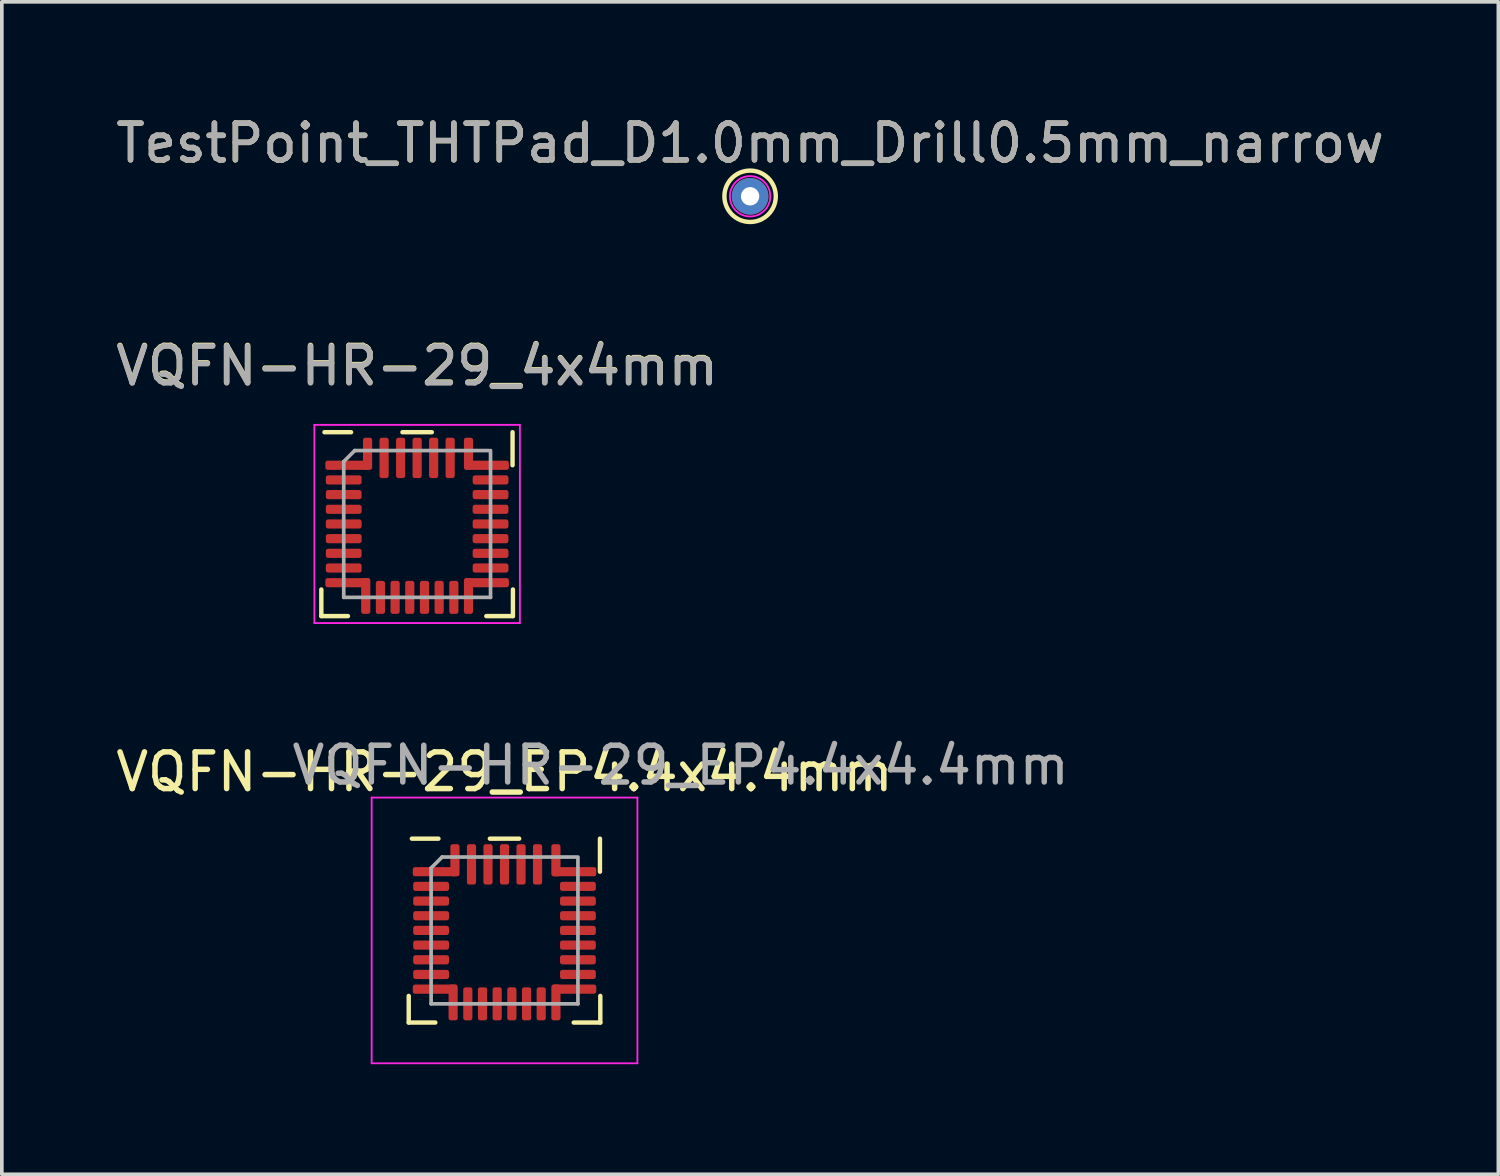
<source format=kicad_pcb>
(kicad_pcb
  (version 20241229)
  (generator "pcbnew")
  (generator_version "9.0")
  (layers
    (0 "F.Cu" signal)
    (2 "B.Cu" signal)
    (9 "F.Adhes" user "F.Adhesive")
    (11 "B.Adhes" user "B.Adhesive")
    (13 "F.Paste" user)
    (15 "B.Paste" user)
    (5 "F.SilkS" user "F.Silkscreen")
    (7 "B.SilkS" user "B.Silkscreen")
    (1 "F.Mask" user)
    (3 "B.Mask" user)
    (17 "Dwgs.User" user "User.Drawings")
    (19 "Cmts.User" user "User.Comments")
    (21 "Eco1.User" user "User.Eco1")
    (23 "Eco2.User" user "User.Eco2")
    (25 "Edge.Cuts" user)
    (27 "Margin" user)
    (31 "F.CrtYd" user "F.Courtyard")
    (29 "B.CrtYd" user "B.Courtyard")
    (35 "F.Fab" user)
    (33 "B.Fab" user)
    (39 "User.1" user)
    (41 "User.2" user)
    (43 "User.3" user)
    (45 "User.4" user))
  (footprint "TestPoint_THTPad_D1.0mm_Drill0.5mm_narrow"
    (layer "F.Cu")
    (at 17.387 2.298)
    (property "Reference" "TestPoint_THTPad_D1.0mm_Drill0.5mm_narrow" (at 0 -1.448 0) (layer "F.SilkS") (effects (font (size 1 1) (thickness 0.15))))
    (attr exclude_from_pos_files exclude_from_bom)
    (fp_circle (center 0 0) (end 0 0.7) (stroke (width 0.12) (type solid)) (fill no) (layer "F.SilkS"))
    (fp_circle (center 0 0) (end 0.55 0) (stroke (width 0.05) (type solid)) (fill no) (layer "F.CrtYd"))
    (fp_text user "${REFERENCE}" (at 0 -1.45 0) (layer "F.Fab") (effects (font (size 1 1) (thickness 0.15))))
    (pad "1" thru_hole circle (at 0 0) (size 1 1) (drill 0.5) (layers "*.Cu" "*.Mask")))
  (footprint "VQFN-HR-29_4x4mm"
    (layer "F.Cu")
    (at 8.315 11.226)
    (property "Reference" "VQFN-HR-29_4x4mm" (at 0 -4.32 0) (layer "F.SilkS") (effects (font (size 1 1) (thickness 0.15))))
    (attr smd)
    (fp_line (start -2.61 2.51) (end -2.61 1.785) (stroke (width 0.12) (type solid)) (layer "F.SilkS"))
    (fp_line (start -1.885 2.51) (end -2.61 2.51) (stroke (width 0.12) (type solid)) (layer "F.SilkS"))
    (fp_line (start -1.8 -2.5) (end -2.525 -2.5) (stroke (width 0.12) (type solid)) (layer "F.SilkS"))
    (fp_line (start -0.4 -2.5) (end 0.4 -2.5) (stroke (width 0.12) (type solid)) (layer "F.SilkS"))
    (fp_line (start 1.885 2.51) (end 2.61 2.51) (stroke (width 0.12) (type solid)) (layer "F.SilkS"))
    (fp_line (start 2.6 -2.5) (end 2.6 -1.6) (stroke (width 0.12) (type solid)) (layer "F.SilkS"))
    (fp_line (start 2.61 2.51) (end 2.61 1.785) (stroke (width 0.12) (type solid)) (layer "F.SilkS"))
    (fp_line (start -2.8 -2.7) (end -2.8 2.7) (stroke (width 0.05) (type solid)) (layer "F.CrtYd"))
    (fp_line (start -2.8 2.7) (end 2.8 2.7) (stroke (width 0.05) (type solid)) (layer "F.CrtYd"))
    (fp_line (start 2.8 -2.7) (end -2.8 -2.7) (stroke (width 0.05) (type solid)) (layer "F.CrtYd"))
    (fp_line (start 2.8 2.7) (end 2.8 -2.7) (stroke (width 0.05) (type solid)) (layer "F.CrtYd"))
    (fp_line (start -2 -1.7) (end -1.7 -2) (stroke (width 0.1) (type solid)) (layer "F.Fab"))
    (fp_line (start -2 2) (end -2 -1.7) (stroke (width 0.1) (type solid)) (layer "F.Fab"))
    (fp_line (start -1.7 -2) (end 1.95 -2) (stroke (width 0.1) (type solid)) (layer "F.Fab"))
    (fp_line (start 2 -2) (end 2 2) (stroke (width 0.1) (type solid)) (layer "F.Fab"))
    (fp_line (start 2 2) (end -2 2) (stroke (width 0.1) (type solid)) (layer "F.Fab"))
    (fp_text user "${REFERENCE}" (at 0 -4.3 0) (layer "F.Fab") (effects (font (size 1 1) (thickness 0.15))))
    (pad "1" smd roundrect (at -1.9 -1.6) (size 1.2 0.25) (layers "F.Cu" "F.Mask" "F.Paste") (roundrect_rratio 0.25))
    (pad "1" smd roundrect (at -1.35 -1.85) (size 0.25 0.875) (drill (offset 0 -0.062)) (layers "F.Cu" "F.Mask" "F.Paste") (roundrect_rratio 0.25))
    (pad "2" smd roundrect (at -1.9 -1.2) (size 0.975 0.25) (drill (offset -0.1 0)) (layers "F.Cu" "F.Mask" "F.Paste") (roundrect_rratio 0.25))
    (pad "3" smd roundrect (at -1.9 -0.8) (size 0.975 0.25) (drill (offset -0.1 0)) (layers "F.Cu" "F.Mask" "F.Paste") (roundrect_rratio 0.25))
    (pad "4" smd roundrect (at -1.9 -0.4) (size 0.975 0.25) (drill (offset -0.1 0)) (layers "F.Cu" "F.Mask" "F.Paste") (roundrect_rratio 0.25))
    (pad "5" smd roundrect (at -1.9 0) (size 0.975 0.25) (drill (offset -0.1 0)) (layers "F.Cu" "F.Mask" "F.Paste") (roundrect_rratio 0.25))
    (pad "6" smd roundrect (at -1.9 0.4) (size 0.975 0.25) (drill (offset -0.1 0)) (layers "F.Cu" "F.Mask" "F.Paste") (roundrect_rratio 0.25))
    (pad "7" smd roundrect (at -1.9 0.8) (size 0.975 0.25) (drill (offset -0.1 0)) (layers "F.Cu" "F.Mask" "F.Paste") (roundrect_rratio 0.25))
    (pad "8" smd roundrect (at -1.9 1.2) (size 0.975 0.25) (drill (offset -0.1 0)) (layers "F.Cu" "F.Mask" "F.Paste") (roundrect_rratio 0.25))
    (pad "9" smd roundrect (at -1.9 1.6) (size 1.2 0.25) (layers "F.Cu" "F.Mask" "F.Paste") (roundrect_rratio 0.25))
    (pad "9" smd roundrect (at -1.4 1.9) (size 0.25 0.975) (drill (offset 0 0.062)) (layers "F.Cu" "F.Mask" "F.Paste") (roundrect_rratio 0.25))
    (pad "10" smd roundrect (at -1 1.9) (size 0.25 0.9) (drill (offset 0 0.1)) (layers "F.Cu" "F.Mask" "F.Paste") (roundrect_rratio 0.25))
    (pad "11" smd roundrect (at -0.6 1.9) (size 0.25 0.9) (drill (offset 0 0.1)) (layers "F.Cu" "F.Mask" "F.Paste") (roundrect_rratio 0.25))
    (pad "12" smd roundrect (at -0.2 1.9) (size 0.25 0.9) (drill (offset 0 0.1)) (layers "F.Cu" "F.Mask" "F.Paste") (roundrect_rratio 0.25))
    (pad "13" smd roundrect (at 0.2 1.9) (size 0.25 0.9) (drill (offset 0 0.1)) (layers "F.Cu" "F.Mask" "F.Paste") (roundrect_rratio 0.25))
    (pad "14" smd roundrect (at 0.6 1.9) (size 0.25 0.9) (drill (offset 0 0.1)) (layers "F.Cu" "F.Mask" "F.Paste") (roundrect_rratio 0.25))
    (pad "15" smd roundrect (at 1 1.9) (size 0.25 0.9) (drill (offset 0 0.1)) (layers "F.Cu" "F.Mask" "F.Paste") (roundrect_rratio 0.25))
    (pad "16" smd roundrect (at 1.4 1.9) (size 0.25 0.975) (drill (offset 0 0.062)) (layers "F.Cu" "F.Mask" "F.Paste") (roundrect_rratio 0.25))
    (pad "16" smd roundrect (at 1.9 1.6) (size 1.2 0.25) (layers "F.Cu" "F.Mask" "F.Paste") (roundrect_rratio 0.25))
    (pad "17" smd roundrect (at 1.9 1.2) (size 0.975 0.25) (drill (offset 0.1 0)) (layers "F.Cu" "F.Mask" "F.Paste") (roundrect_rratio 0.25))
    (pad "18" smd roundrect (at 1.9 0.8) (size 0.975 0.25) (drill (offset 0.1 0)) (layers "F.Cu" "F.Mask" "F.Paste") (roundrect_rratio 0.25))
    (pad "19" smd roundrect (at 1.9 0.4) (size 0.975 0.25) (drill (offset 0.1 0)) (layers "F.Cu" "F.Mask" "F.Paste") (roundrect_rratio 0.25))
    (pad "20" smd roundrect (at 1.9 0) (size 0.975 0.25) (drill (offset 0.1 0)) (layers "F.Cu" "F.Mask" "F.Paste") (roundrect_rratio 0.25))
    (pad "21" smd roundrect (at 1.9 -0.4) (size 0.975 0.25) (drill (offset 0.1 0)) (layers "F.Cu" "F.Mask" "F.Paste") (roundrect_rratio 0.25))
    (pad "22" smd roundrect (at 1.9 -0.8) (size 0.975 0.25) (drill (offset 0.1 0)) (layers "F.Cu" "F.Mask" "F.Paste") (roundrect_rratio 0.25))
    (pad "23" smd roundrect (at 1.9 -1.2) (size 0.975 0.25) (drill (offset 0.1 0)) (layers "F.Cu" "F.Mask" "F.Paste") (roundrect_rratio 0.25))
    (pad "24" smd roundrect (at 1.4 -1.85) (size 0.25 0.875) (drill (offset 0 -0.062)) (layers "F.Cu" "F.Mask" "F.Paste") (roundrect_rratio 0.25))
    (pad "24" smd roundrect (at 1.9 -1.6) (size 1.2 0.25) (layers "F.Cu" "F.Mask" "F.Paste") (roundrect_rratio 0.25))
    (pad "25" smd roundrect (at 0.9 -1.7) (size 0.25 1.1) (drill (offset 0 -0.1)) (layers "F.Cu" "F.Mask" "F.Paste") (roundrect_rratio 0.25))
    (pad "26" smd roundrect (at 0.45 -1.7) (size 0.25 1.1) (drill (offset 0 -0.1)) (layers "F.Cu" "F.Mask" "F.Paste") (roundrect_rratio 0.25))
    (pad "27" smd roundrect (at 0 -1.7) (size 0.25 1.1) (drill (offset 0 -0.1)) (layers "F.Cu" "F.Mask" "F.Paste") (roundrect_rratio 0.25))
    (pad "28" smd roundrect (at -0.45 -1.7) (size 0.25 1.1) (drill (offset 0 -0.1)) (layers "F.Cu" "F.Mask" "F.Paste") (roundrect_rratio 0.25))
    (pad "29" smd roundrect (at -0.9 -1.7) (size 0.25 1.1) (drill (offset 0 -0.1)) (layers "F.Cu" "F.Mask" "F.Paste") (roundrect_rratio 0.25)))
  (footprint "VQFN-HR-29_EP4.4x4.4mm"
    (layer "F.Cu")
    (at 10.696 22.3)
    (property "Reference" "VQFN-HR-29_EP4.4x4.4mm" (at 0 -4.32 0) (layer "F.SilkS") (effects (font (size 1 1) (thickness 0.15))))
    (attr smd)
    (fp_line (start -2.61 2.51) (end -2.61 1.785) (stroke (width 0.12) (type solid)) (layer "F.SilkS"))
    (fp_line (start -1.885 2.51) (end -2.61 2.51) (stroke (width 0.12) (type solid)) (layer "F.SilkS"))
    (fp_line (start -1.8 -2.5) (end -2.525 -2.5) (stroke (width 0.12) (type solid)) (layer "F.SilkS"))
    (fp_line (start -0.4 -2.5) (end 0.4 -2.5) (stroke (width 0.12) (type solid)) (layer "F.SilkS"))
    (fp_line (start 1.885 2.51) (end 2.61 2.51) (stroke (width 0.12) (type solid)) (layer "F.SilkS"))
    (fp_line (start 2.6 -2.5) (end 2.6 -1.6) (stroke (width 0.12) (type solid)) (layer "F.SilkS"))
    (fp_line (start 2.61 2.51) (end 2.61 1.785) (stroke (width 0.12) (type solid)) (layer "F.SilkS"))
    (fp_line (start -3.62 -3.62) (end -3.62 3.62) (stroke (width 0.05) (type solid)) (layer "F.CrtYd"))
    (fp_line (start -3.62 3.62) (end 3.62 3.62) (stroke (width 0.05) (type solid)) (layer "F.CrtYd"))
    (fp_line (start 3.62 -3.62) (end -3.62 -3.62) (stroke (width 0.05) (type solid)) (layer "F.CrtYd"))
    (fp_line (start 3.62 3.62) (end 3.62 -3.62) (stroke (width 0.05) (type solid)) (layer "F.CrtYd"))
    (fp_line (start -2 -1.7) (end -1.7 -2) (stroke (width 0.1) (type solid)) (layer "F.Fab"))
    (fp_line (start -2 2) (end -2 -1.7) (stroke (width 0.1) (type solid)) (layer "F.Fab"))
    (fp_line (start -1.7 -2) (end 1.95 -2) (stroke (width 0.1) (type solid)) (layer "F.Fab"))
    (fp_line (start 2 -2) (end 2 2) (stroke (width 0.1) (type solid)) (layer "F.Fab"))
    (fp_line (start 2 2) (end -2 2) (stroke (width 0.1) (type solid)) (layer "F.Fab"))
    (fp_text user "${REFERENCE}" (at 4.8 -4.5 0) (layer "F.Fab") (effects (font (size 1 1) (thickness 0.15))))
    (pad "1" smd roundrect (at -1.9 -1.6) (size 1.2 0.25) (layers "F.Cu" "F.Mask" "F.Paste") (roundrect_rratio 0.25))
    (pad "1B" smd roundrect (at -1.35 -1.85) (size 0.25 0.875) (drill (offset 0 -0.062)) (layers "F.Cu" "F.Mask" "F.Paste") (roundrect_rratio 0.25))
    (pad "2" smd roundrect (at -1.9 -1.2) (size 0.975 0.25) (drill (offset -0.1 0)) (layers "F.Cu" "F.Mask" "F.Paste") (roundrect_rratio 0.25))
    (pad "3" smd roundrect (at -1.9 -0.8) (size 0.975 0.25) (drill (offset -0.1 0)) (layers "F.Cu" "F.Mask" "F.Paste") (roundrect_rratio 0.25))
    (pad "4" smd roundrect (at -1.9 -0.4) (size 0.975 0.25) (drill (offset -0.1 0)) (layers "F.Cu" "F.Mask" "F.Paste") (roundrect_rratio 0.25))
    (pad "5" smd roundrect (at -1.9 0) (size 0.975 0.25) (drill (offset -0.1 0)) (layers "F.Cu" "F.Mask" "F.Paste") (roundrect_rratio 0.25))
    (pad "6" smd roundrect (at -1.9 0.4) (size 0.975 0.25) (drill (offset -0.1 0)) (layers "F.Cu" "F.Mask" "F.Paste") (roundrect_rratio 0.25))
    (pad "7" smd roundrect (at -1.9 0.8) (size 0.975 0.25) (drill (offset -0.1 0)) (layers "F.Cu" "F.Mask" "F.Paste") (roundrect_rratio 0.25))
    (pad "8" smd roundrect (at -1.9 1.2) (size 0.975 0.25) (drill (offset -0.1 0)) (layers "F.Cu" "F.Mask" "F.Paste") (roundrect_rratio 0.25))
    (pad "9" smd roundrect (at -1.9 1.6) (size 1.2 0.25) (layers "F.Cu" "F.Mask" "F.Paste") (roundrect_rratio 0.25))
    (pad "9B" smd roundrect (at -1.4 1.9) (size 0.25 0.975) (drill (offset 0 0.062)) (layers "F.Cu" "F.Mask" "F.Paste") (roundrect_rratio 0.25))
    (pad "10" smd roundrect (at -1 1.9) (size 0.25 0.9) (drill (offset 0 0.1)) (layers "F.Cu" "F.Mask" "F.Paste") (roundrect_rratio 0.25))
    (pad "11" smd roundrect (at -0.6 1.9) (size 0.25 0.9) (drill (offset 0 0.1)) (layers "F.Cu" "F.Mask" "F.Paste") (roundrect_rratio 0.25))
    (pad "12" smd roundrect (at -0.2 1.9) (size 0.25 0.9) (drill (offset 0 0.1)) (layers "F.Cu" "F.Mask" "F.Paste") (roundrect_rratio 0.25))
    (pad "13" smd roundrect (at 0.2 1.9) (size 0.25 0.9) (drill (offset 0 0.1)) (layers "F.Cu" "F.Mask" "F.Paste") (roundrect_rratio 0.25))
    (pad "14" smd roundrect (at 0.6 1.9) (size 0.25 0.9) (drill (offset 0 0.1)) (layers "F.Cu" "F.Mask" "F.Paste") (roundrect_rratio 0.25))
    (pad "15" smd roundrect (at 1 1.9) (size 0.25 0.9) (drill (offset 0 0.1)) (layers "F.Cu" "F.Mask" "F.Paste") (roundrect_rratio 0.25))
    (pad "16" smd roundrect (at 1.4 1.9) (size 0.25 0.975) (drill (offset 0 0.062)) (layers "F.Cu" "F.Mask" "F.Paste") (roundrect_rratio 0.25))
    (pad "16B" smd roundrect (at 1.9 1.6) (size 1.2 0.25) (layers "F.Cu" "F.Mask" "F.Paste") (roundrect_rratio 0.25))
    (pad "17" smd roundrect (at 1.9 1.2) (size 0.975 0.25) (drill (offset 0.1 0)) (layers "F.Cu" "F.Mask" "F.Paste") (roundrect_rratio 0.25))
    (pad "18" smd roundrect (at 1.9 0.8) (size 0.975 0.25) (drill (offset 0.1 0)) (layers "F.Cu" "F.Mask" "F.Paste") (roundrect_rratio 0.25))
    (pad "19" smd roundrect (at 1.9 0.4) (size 0.975 0.25) (drill (offset 0.1 0)) (layers "F.Cu" "F.Mask" "F.Paste") (roundrect_rratio 0.25))
    (pad "20" smd roundrect (at 1.9 0) (size 0.975 0.25) (drill (offset 0.1 0)) (layers "F.Cu" "F.Mask" "F.Paste") (roundrect_rratio 0.25))
    (pad "21" smd roundrect (at 1.9 -0.4) (size 0.975 0.25) (drill (offset 0.1 0)) (layers "F.Cu" "F.Mask" "F.Paste") (roundrect_rratio 0.25))
    (pad "22" smd roundrect (at 1.9 -0.8) (size 0.975 0.25) (drill (offset 0.1 0)) (layers "F.Cu" "F.Mask" "F.Paste") (roundrect_rratio 0.25))
    (pad "23" smd roundrect (at 1.9 -1.2) (size 0.975 0.25) (drill (offset 0.1 0)) (layers "F.Cu" "F.Mask" "F.Paste") (roundrect_rratio 0.25))
    (pad "24" smd roundrect (at 1.9 -1.6) (size 1.2 0.25) (layers "F.Cu" "F.Mask" "F.Paste") (roundrect_rratio 0.25))
    (pad "24B" smd roundrect (at 1.4 -1.85) (size 0.25 0.875) (drill (offset 0 -0.062)) (layers "F.Cu" "F.Mask" "F.Paste") (roundrect_rratio 0.25))
    (pad "25" smd roundrect (at 0.9 -1.7) (size 0.25 1.1) (drill (offset 0 -0.1)) (layers "F.Cu" "F.Mask" "F.Paste") (roundrect_rratio 0.25))
    (pad "26" smd roundrect (at 0.45 -1.7) (size 0.25 1.1) (drill (offset 0 -0.1)) (layers "F.Cu" "F.Mask" "F.Paste") (roundrect_rratio 0.25))
    (pad "27" smd roundrect (at 0 -1.7) (size 0.25 1.1) (drill (offset 0 -0.1)) (layers "F.Cu" "F.Mask" "F.Paste") (roundrect_rratio 0.25))
    (pad "28" smd roundrect (at -0.45 -1.7) (size 0.25 1.1) (drill (offset 0 -0.1)) (layers "F.Cu" "F.Mask" "F.Paste") (roundrect_rratio 0.25))
    (pad "29" smd roundrect (at -0.9 -1.7) (size 0.25 1.1) (drill (offset 0 -0.1)) (layers "F.Cu" "F.Mask" "F.Paste") (roundrect_rratio 0.25)))
  (gr_rect
    (start -3 -3)
    (end 37.774 28.945)
    (stroke (width 0.1) (type default))
    (fill no)
    (layer "Edge.Cuts")))
</source>
